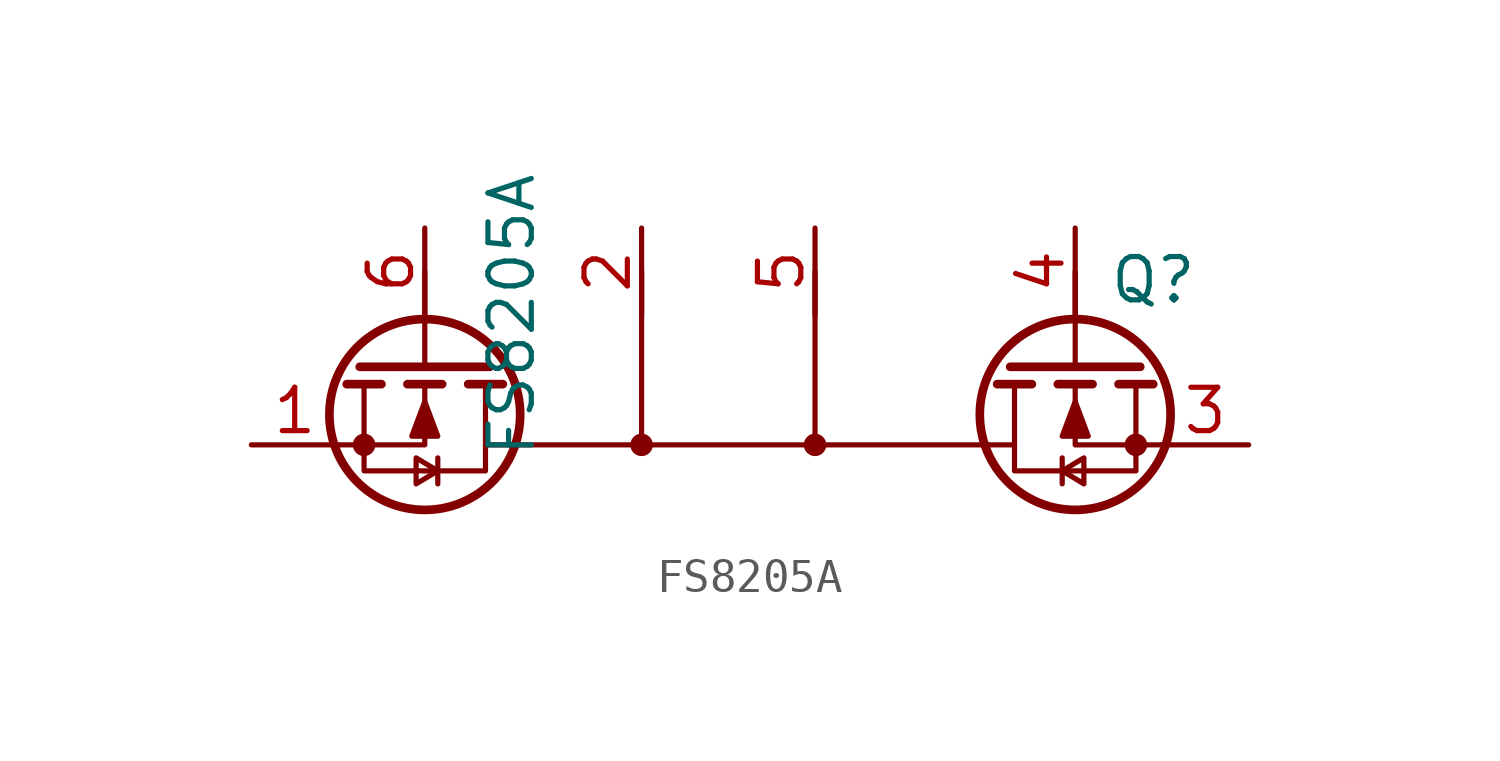
<source format=kicad_sym>
(kicad_symbol_lib
  (version 20231120)
  (generator "kicad_symbol_editor")
  (generator_version "8.0")
  (symbol "FS8205A"
    (pin_names hide)
    (property "Reference" "Q"
      (at 12.446 4.826 0)
      (effects (font (size 1.27 1.27))))
    (property "Value" "FS8205A"
      (at -6.35 3.81 90)
      (effects (font (size 1.27 1.27))))
    (symbol "FS8205A_0_1"
      (circle (center -10.668 0) (radius 0.254) (stroke (width 0) (type default)) (fill (type outline)))
      (circle (center -8.89 0.889) (radius 2.794) (stroke (width 0.254) (type default)) (fill (type none)))
      (circle (center -2.54 0) (radius 0.254) (stroke (width 0) (type default)) (fill (type outline)))
      (polyline (pts (xy -10.16 1.778) (xy -11.176 1.778)) (stroke (width 0.254) (type default)) (fill (type none)))
      (polyline (pts (xy -8.89 2.286) (xy -8.89 5.08)) (stroke (width 0) (type default)) (fill (type none)))
      (polyline (pts (xy -8.509 -0.381) (xy -8.509 -1.143)) (stroke (width 0) (type default)) (fill (type none)))
      (polyline (pts (xy -8.382 1.778) (xy -9.398 1.778)) (stroke (width 0.254) (type default)) (fill (type none)))
      (polyline (pts (xy -6.985 2.286) (xy -10.795 2.286)) (stroke (width 0.254) (type default)) (fill (type none)))
      (polyline (pts (xy -6.604 1.778) (xy -7.62 1.778)) (stroke (width 0.254) (type default)) (fill (type none)))
      (polyline (pts (xy -6.35 0) (xy -7.112 0)) (stroke (width 0) (type default)) (fill (type none)))
      (polyline (pts (xy -6.35 0) (xy 7.62 0)) (stroke (width 0) (type default)) (fill (type none)))
      (polyline (pts (xy -2.54 5.08) (xy -2.54 0)) (stroke (width 0) (type default)) (fill (type none)))
      (polyline (pts (xy 2.54 5.08) (xy 2.54 0)) (stroke (width 0) (type default)) (fill (type none)))
      (polyline (pts (xy 7.62 0) (xy 8.382 0)) (stroke (width 0) (type default)) (fill (type none)))
      (polyline (pts (xy 7.874 1.778) (xy 8.89 1.778)) (stroke (width 0.254) (type default)) (fill (type none)))
      (polyline (pts (xy 8.255 2.286) (xy 12.065 2.286)) (stroke (width 0.254) (type default)) (fill (type none)))
      (polyline (pts (xy 9.652 1.778) (xy 10.668 1.778)) (stroke (width 0.254) (type default)) (fill (type none)))
      (polyline (pts (xy 9.779 -0.381) (xy 9.779 -1.143)) (stroke (width 0) (type default)) (fill (type none)))
      (polyline (pts (xy 10.16 2.286) (xy 10.16 5.08)) (stroke (width 0) (type default)) (fill (type none)))
      (polyline (pts (xy 11.43 1.778) (xy 12.446 1.778)) (stroke (width 0.254) (type default)) (fill (type none)))
      (polyline (pts (xy -11.43 0) (xy -8.89 0) (xy -8.89 1.778)) (stroke (width 0) (type default)) (fill (type none)))
      (polyline (pts (xy 12.7 0) (xy 10.16 0) (xy 10.16 1.778)) (stroke (width 0) (type default)) (fill (type none)))
      (polyline (pts (xy -10.668 1.778) (xy -10.668 -0.762) (xy -7.112 -0.762) (xy -7.112 1.778)) (stroke (width 0) (type default)) (fill (type none)))
      (polyline (pts (xy -8.89 1.27) (xy -8.509 0.254) (xy -9.271 0.254) (xy -8.89 1.27)) (stroke (width 0) (type default)) (fill (type outline)))
      (polyline (pts (xy -8.509 -0.762) (xy -9.144 -0.381) (xy -9.144 -1.143) (xy -8.509 -0.762)) (stroke (width 0) (type default)) (fill (type none)))
      (polyline (pts (xy 9.779 -0.762) (xy 10.414 -0.381) (xy 10.414 -1.143) (xy 9.779 -0.762)) (stroke (width 0) (type default)) (fill (type none)))
      (polyline (pts (xy 10.16 1.27) (xy 9.779 0.254) (xy 10.541 0.254) (xy 10.16 1.27)) (stroke (width 0) (type default)) (fill (type outline)))
      (polyline (pts (xy 11.938 1.778) (xy 11.938 -0.762) (xy 8.382 -0.762) (xy 8.382 1.778)) (stroke (width 0) (type default)) (fill (type none)))
      (circle (center 2.54 0) (radius 0.254) (stroke (width 0) (type default)) (fill (type outline)))
      (circle (center 10.16 0.889) (radius 2.794) (stroke (width 0.254) (type default)) (fill (type none)))
      (circle (center 11.938 0) (radius 0.254) (stroke (width 0) (type default)) (fill (type outline))))
    (symbol "FS8205A_1_1"
      (pin passive line (at -13.97 0 0) (length 2.54) (name "S1" (effects (font (size 1.27 1.27)))) (number "1" (effects (font (size 1.27 1.27)))))
      (pin passive line (at -2.54 6.35 270) (length 2.54) (name "D1" (effects (font (size 1.27 1.27)))) (number "2" (effects (font (size 1.27 1.27)))))
      (pin passive line (at 15.24 0 180) (length 2.54) (name "S2" (effects (font (size 1.27 1.27)))) (number "3" (effects (font (size 1.27 1.27)))))
      (pin input line (at 10.16 6.35 270) (length 2.54) (name "G2" (effects (font (size 1.27 1.27)))) (number "4" (effects (font (size 1.27 1.27)))))
      (pin passive line (at 2.54 6.35 270) (length 2.54) (name "D2" (effects (font (size 1.27 1.27)))) (number "5" (effects (font (size 1.27 1.27)))))
      (pin input line (at -8.89 6.35 270) (length 2.54) (name "G1" (effects (font (size 1.27 1.27)))) (number "6" (effects (font (size 1.27 1.27))))))))
</source>
